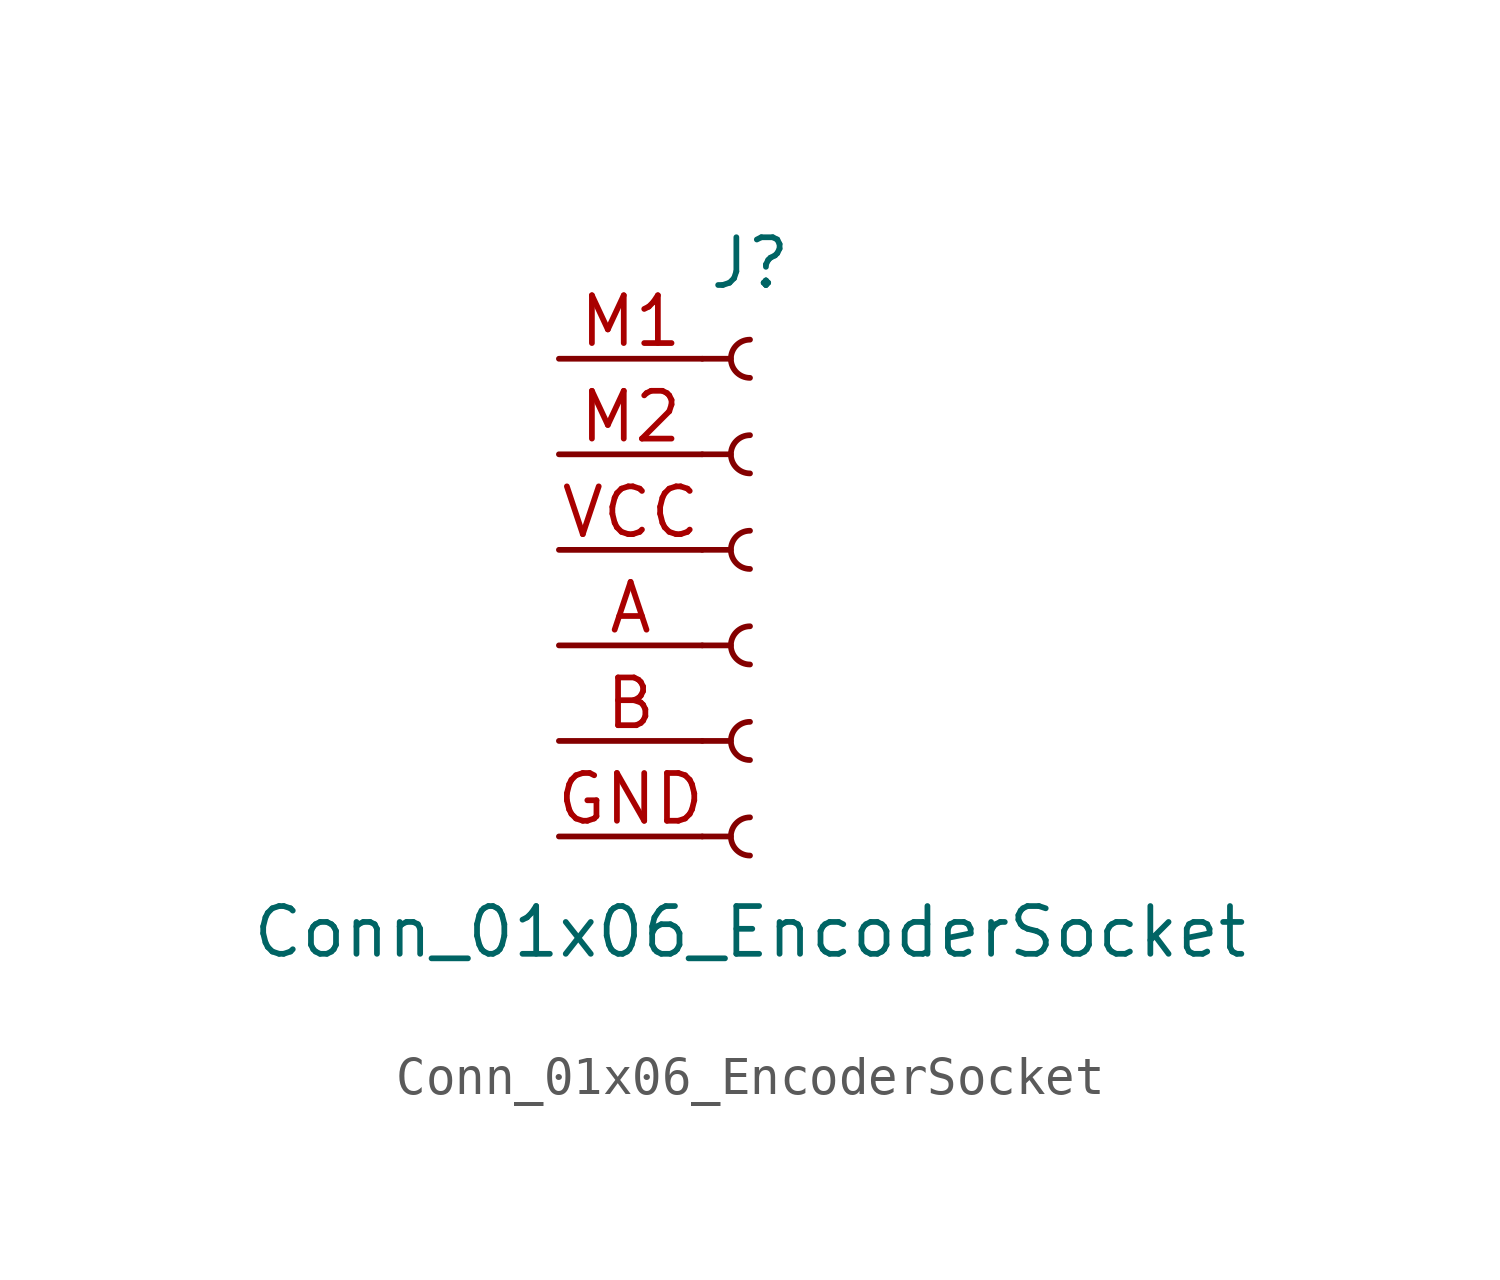
<source format=kicad_sym>
(kicad_symbol_lib
  (version 20241209)
  (generator "kicad_symbol_editor")
  (generator_version "9.0")
  (symbol "Conn_01x06_EncoderSocket"
    (pin_names
      (offset 1.016)
      (hide yes))
    (property "Reference" "J"
      (at 0 7.62 0)
      (effects (font (size 1.27 1.27))))
    (property "Value" "Conn_01x06_EncoderSocket"
      (at 0 -10.16 0)
      (effects (font (size 1.27 1.27))))
    (property "ki_locked" ""
      (at 0 0 0)
      (effects (font (size 1.27 1.27))))
    (symbol "Conn_01x06_EncoderSocket_1_1"
      (polyline (pts (xy -1.27 5.08) (xy -0.508 5.08)) (stroke (width 0.152) (type default)) (fill (type none)))
      (polyline (pts (xy -1.27 2.54) (xy -0.508 2.54)) (stroke (width 0.152) (type default)) (fill (type none)))
      (polyline (pts (xy -1.27 0) (xy -0.508 0)) (stroke (width 0.152) (type default)) (fill (type none)))
      (polyline (pts (xy -1.27 -2.54) (xy -0.508 -2.54)) (stroke (width 0.152) (type default)) (fill (type none)))
      (polyline (pts (xy -1.27 -5.08) (xy -0.508 -5.08)) (stroke (width 0.152) (type default)) (fill (type none)))
      (polyline (pts (xy -1.27 -7.62) (xy -0.508 -7.62)) (stroke (width 0.152) (type default)) (fill (type none)))
      (arc (start 0 4.572) (mid -0.5058 5.08) (end 0 5.588) (stroke (width 0.1524) (type default)) (fill (type none)))
      (arc (start 0 2.032) (mid -0.5058 2.54) (end 0 3.048) (stroke (width 0.1524) (type default)) (fill (type none)))
      (arc (start 0 -0.508) (mid -0.5058 0) (end 0 0.508) (stroke (width 0.1524) (type default)) (fill (type none)))
      (arc (start 0 -3.048) (mid -0.5058 -2.54) (end 0 -2.032) (stroke (width 0.1524) (type default)) (fill (type none)))
      (arc (start 0 -5.588) (mid -0.5058 -5.08) (end 0 -4.572) (stroke (width 0.1524) (type default)) (fill (type none)))
      (arc (start 0 -8.128) (mid -0.5058 -7.62) (end 0 -7.112) (stroke (width 0.1524) (type default)) (fill (type none)))
      (pin passive line (at -5.08 5.08 0) (length 3.81) (name "M1" (effects (font (size 1.27 1.27)))) (number "M1" (effects (font (size 1.27 1.27)))))
      (pin passive line (at -5.08 2.54 0) (length 3.81) (name "Pin_2" (effects (font (size 1.27 1.27)))) (number "M2" (effects (font (size 1.27 1.27)))))
      (pin passive line (at -5.08 0 0) (length 3.81) (name "Pin_3" (effects (font (size 1.27 1.27)))) (number "VCC" (effects (font (size 1.27 1.27)))))
      (pin passive line (at -5.08 -2.54 0) (length 3.81) (name "Pin_4" (effects (font (size 1.27 1.27)))) (number "A" (effects (font (size 1.27 1.27)))))
      (pin passive line (at -5.08 -5.08 0) (length 3.81) (name "Pin_5" (effects (font (size 1.27 1.27)))) (number "B" (effects (font (size 1.27 1.27)))))
      (pin passive line (at -5.08 -7.62 0) (length 3.81) (name "Pin_6" (effects (font (size 1.27 1.27)))) (number "GND" (effects (font (size 1.27 1.27))))))))
</source>
